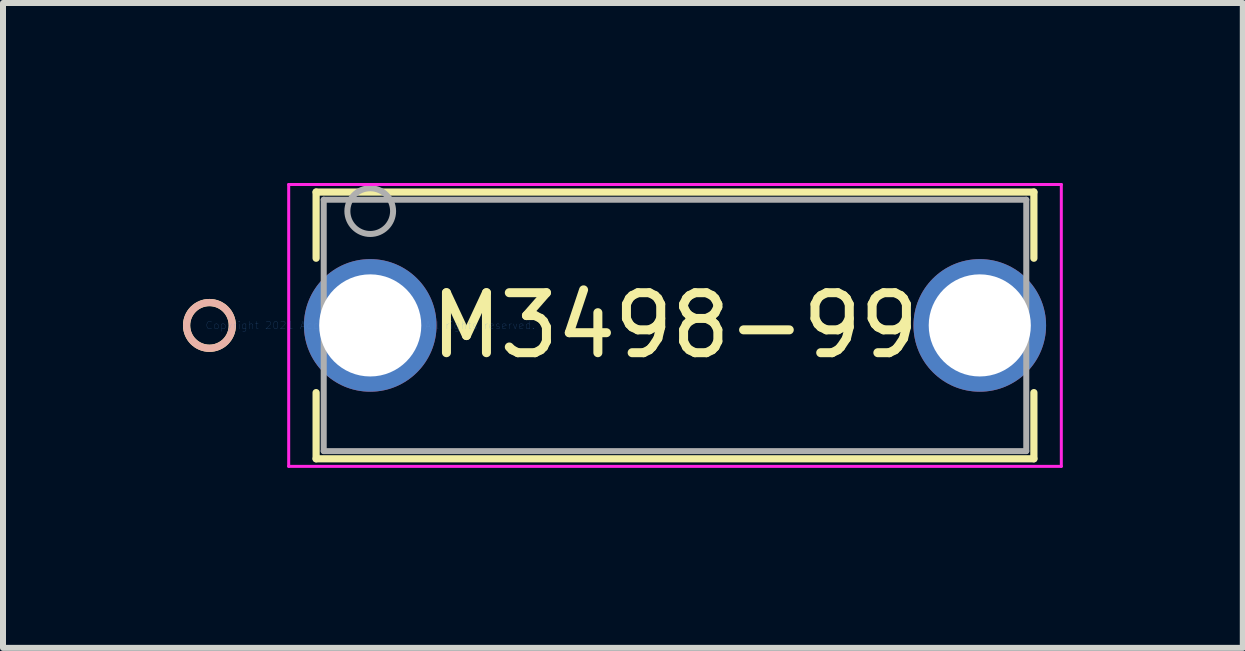
<source format=kicad_pcb>
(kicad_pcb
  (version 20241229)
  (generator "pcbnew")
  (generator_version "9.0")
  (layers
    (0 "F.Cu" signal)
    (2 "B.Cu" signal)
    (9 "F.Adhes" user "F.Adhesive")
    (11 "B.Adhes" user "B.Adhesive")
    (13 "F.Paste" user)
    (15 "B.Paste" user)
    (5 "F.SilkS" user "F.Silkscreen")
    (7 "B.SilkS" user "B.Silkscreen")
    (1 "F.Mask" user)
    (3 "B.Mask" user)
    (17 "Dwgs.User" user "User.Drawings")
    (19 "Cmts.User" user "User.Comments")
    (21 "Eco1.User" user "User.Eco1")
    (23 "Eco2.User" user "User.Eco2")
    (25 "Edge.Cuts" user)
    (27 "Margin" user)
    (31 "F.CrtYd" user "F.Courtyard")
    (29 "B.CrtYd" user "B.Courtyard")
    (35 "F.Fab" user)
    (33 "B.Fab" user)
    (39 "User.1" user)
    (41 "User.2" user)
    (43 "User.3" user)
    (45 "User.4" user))
  (footprint "M3498-99"
    (layer "F.Cu")
    (at 3.121 2.374)
    (property "Reference" "M3498-99" (at 5.08 0 0) (layer "F.SilkS") (effects (font (size 1 1) (thickness 0.15))))
    (attr through_hole)
    (fp_line (start -0.902 -2.223) (end -0.902 -1.12) (stroke (width 0.12) (type solid)) (layer "F.SilkS"))
    (fp_line (start -0.902 1.12) (end -0.902 2.223) (stroke (width 0.12) (type solid)) (layer "F.SilkS"))
    (fp_line (start -0.902 2.223) (end 11.062 2.223) (stroke (width 0.12) (type solid)) (layer "F.SilkS"))
    (fp_line (start 11.062 -2.223) (end -0.902 -2.223) (stroke (width 0.12) (type solid)) (layer "F.SilkS"))
    (fp_line (start 11.062 -1.12) (end 11.062 -2.223) (stroke (width 0.12) (type solid)) (layer "F.SilkS"))
    (fp_line (start 11.062 2.223) (end 11.062 1.12) (stroke (width 0.12) (type solid)) (layer "F.SilkS"))
    (fp_circle (center -2.68 0) (end -2.299 0) (stroke (width 0.12) (type solid)) (fill no) (layer "F.SilkS"))
    (fp_circle (center -2.68 0) (end -2.299 0) (stroke (width 0.12) (type solid)) (fill no) (layer "B.SilkS"))
    (fp_line (start -1.359 -2.349) (end -1.359 2.349) (stroke (width 0.05) (type solid)) (layer "F.CrtYd"))
    (fp_line (start -1.359 2.349) (end 11.519 2.349) (stroke (width 0.05) (type solid)) (layer "F.CrtYd"))
    (fp_line (start 11.519 -2.349) (end -1.359 -2.349) (stroke (width 0.05) (type solid)) (layer "F.CrtYd"))
    (fp_line (start 11.519 2.349) (end 11.519 -2.349) (stroke (width 0.05) (type solid)) (layer "F.CrtYd"))
    (fp_line (start -0.775 -2.095) (end -0.775 2.095) (stroke (width 0.1) (type solid)) (layer "F.Fab"))
    (fp_line (start -0.775 2.095) (end 10.935 2.095) (stroke (width 0.1) (type solid)) (layer "F.Fab"))
    (fp_line (start 10.935 -2.095) (end -0.775 -2.095) (stroke (width 0.1) (type solid)) (layer "F.Fab"))
    (fp_line (start 10.935 2.095) (end 10.935 -2.095) (stroke (width 0.1) (type solid)) (layer "F.Fab"))
    (fp_circle (center 0 -1.905) (end 0.381 -1.905) (stroke (width 0.1) (type solid)) (fill no) (layer "F.Fab"))
    (fp_text user "*" (at 0 0 0) (layer "F.SilkS") (effects (font (size 1 1) (thickness 0.15))))
    (fp_text user "Copyright 2021 Accelerated Designs. All rights reserved." (at 0 0 0) (layer "Cmts.User") (effects (font (size 0.127 0.127) (thickness 0.002))))
    (fp_text user "*" (at 0 0 0) (layer "F.Fab") (effects (font (size 1 1) (thickness 0.15))))
    (pad "1" thru_hole circle (at 0 0) (size 2.21 2.21) (drill 1.702) (layers "*.Cu" "*.Mask"))
    (pad "2" thru_hole circle (at 10.16 0) (size 2.21 2.21) (drill 1.702) (layers "*.Cu" "*.Mask")))
  (gr_rect
    (start -3 -3)
    (end 17.665 7.749)
    (stroke (width 0.1) (type default))
    (fill no)
    (layer "Edge.Cuts")))
</source>
